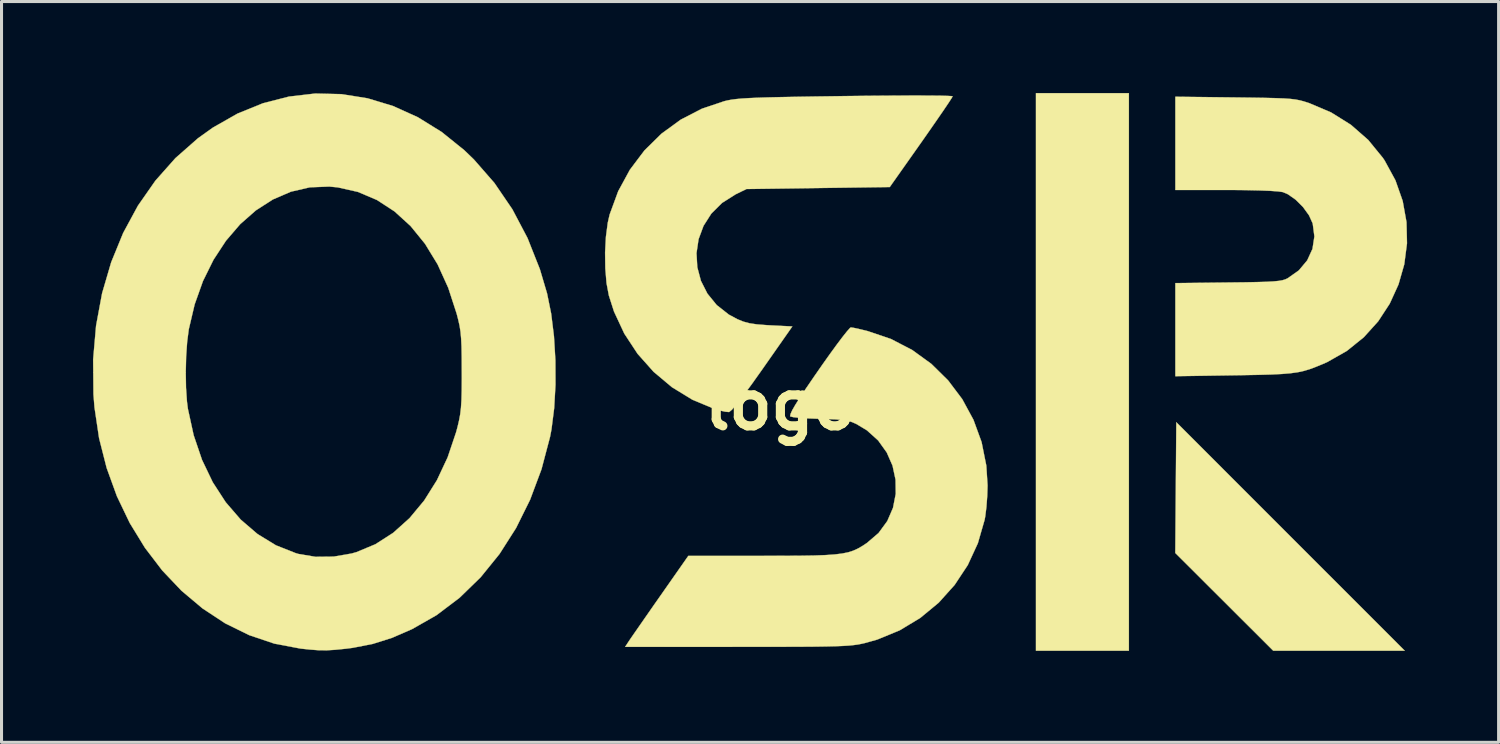
<source format=kicad_pcb>
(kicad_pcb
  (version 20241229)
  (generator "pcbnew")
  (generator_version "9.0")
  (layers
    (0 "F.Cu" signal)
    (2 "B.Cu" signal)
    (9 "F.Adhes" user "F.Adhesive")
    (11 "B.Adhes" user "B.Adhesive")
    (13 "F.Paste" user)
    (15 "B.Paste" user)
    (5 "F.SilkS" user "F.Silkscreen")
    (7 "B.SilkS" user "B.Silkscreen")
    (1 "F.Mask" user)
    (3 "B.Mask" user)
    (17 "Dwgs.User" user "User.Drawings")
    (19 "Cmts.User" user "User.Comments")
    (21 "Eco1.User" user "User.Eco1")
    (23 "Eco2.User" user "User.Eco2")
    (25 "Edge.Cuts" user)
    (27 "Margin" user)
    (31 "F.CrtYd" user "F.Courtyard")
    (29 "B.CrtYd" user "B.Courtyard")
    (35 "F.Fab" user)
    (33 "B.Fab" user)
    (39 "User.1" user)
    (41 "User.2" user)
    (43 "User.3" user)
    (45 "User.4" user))
  (footprint "logo"
    (layer "F.Cu")
    (at 22.547 10.229)
    (property "Reference" "logo" (at 0 0 0) (layer "F.SilkS") (effects (font (size 1.524 1.524) (thickness 0.3))))
    (attr through_hole)
    (fp_poly (pts (xy 11.43 8.065) (xy 8.382 8.065) (xy 8.382 -10.223) (xy 11.43 -10.223) (xy 11.43 8.065)) (stroke (width 0.01) (type solid)) (fill yes) (layer "F.SilkS"))
    (fp_poly (pts (xy 16.732 4.318) (xy 20.478 8.065) (xy 16.166 8.065) (xy 12.952 4.858) (xy 12.969 2.714) (xy 12.986 0.571) (xy 16.732 4.318)) (stroke (width 0.01) (type solid)) (fill yes) (layer "F.SilkS"))
    (fp_poly (pts (xy 14.907 -10.083) (xy 15.458 -10.076) (xy 15.9 -10.069) (xy 16.247 -10.06) (xy 16.518 -10.05) (xy 16.729 -10.035) (xy 16.896 -10.015) (xy 17.036 -9.988) (xy 17.165 -9.954) (xy 17.301 -9.911) (xy 17.346 -9.896) (xy 18.064 -9.591) (xy 18.712 -9.186) (xy 19.281 -8.688) (xy 19.759 -8.103) (xy 19.819 -8.014) (xy 20.173 -7.364) (xy 20.411 -6.687) (xy 20.536 -5.993) (xy 20.552 -5.298) (xy 20.463 -4.611) (xy 20.273 -3.948) (xy 19.986 -3.319) (xy 19.606 -2.738) (xy 19.135 -2.217) (xy 18.579 -1.769) (xy 17.941 -1.406) (xy 17.78 -1.335) (xy 17.558 -1.244) (xy 17.36 -1.17) (xy 17.169 -1.113) (xy 16.966 -1.069) (xy 16.733 -1.037) (xy 16.453 -1.013) (xy 16.107 -0.996) (xy 15.679 -0.984) (xy 15.149 -0.974) (xy 14.875 -0.97) (xy 12.954 -0.94) (xy 12.954 -3.993) (xy 14.684 -4.013) (xy 15.207 -4.019) (xy 15.619 -4.027) (xy 15.935 -4.036) (xy 16.172 -4.049) (xy 16.345 -4.066) (xy 16.471 -4.088) (xy 16.564 -4.117) (xy 16.637 -4.151) (xy 17.004 -4.41) (xy 17.279 -4.738) (xy 17.452 -5.115) (xy 17.515 -5.524) (xy 17.46 -5.946) (xy 17.459 -5.95) (xy 17.338 -6.217) (xy 17.141 -6.489) (xy 16.898 -6.731) (xy 16.642 -6.91) (xy 16.478 -6.979) (xy 16.331 -7) (xy 16.072 -7.019) (xy 15.716 -7.033) (xy 15.277 -7.043) (xy 14.771 -7.048) (xy 14.589 -7.048) (xy 12.954 -7.048) (xy 12.954 -10.106) (xy 14.907 -10.083)) (stroke (width 0.01) (type solid)) (fill yes) (layer "F.SilkS"))
    (fp_poly (pts (xy 4.929 -10.143) (xy 5.265 -10.14) (xy 5.502 -10.133) (xy 5.63 -10.125) (xy 5.649 -10.119) (xy 5.613 -10.055) (xy 5.513 -9.901) (xy 5.358 -9.671) (xy 5.157 -9.379) (xy 4.92 -9.037) (xy 4.657 -8.661) (xy 4.617 -8.604) (xy 3.587 -7.144) (xy 1.238 -7.112) (xy -1.111 -7.08) (xy -1.471 -6.904) (xy -1.916 -6.622) (xy -2.266 -6.273) (xy -2.522 -5.871) (xy -2.684 -5.434) (xy -2.752 -4.976) (xy -2.726 -4.515) (xy -2.607 -4.067) (xy -2.394 -3.648) (xy -2.089 -3.273) (xy -1.691 -2.96) (xy -1.41 -2.809) (xy -1.216 -2.73) (xy -1.016 -2.676) (xy -0.774 -2.64) (xy -0.453 -2.615) (xy -0.331 -2.608) (xy 0.391 -2.572) (xy -0.587 -1.175) (xy -0.932 -0.689) (xy -1.215 -0.304) (xy -1.435 -0.02) (xy -1.59 0.16) (xy -1.68 0.234) (xy -1.688 0.236) (xy -1.814 0.224) (xy -2.008 0.18) (xy -2.159 0.135) (xy -2.886 -0.168) (xy -3.556 -0.578) (xy -4.159 -1.084) (xy -4.684 -1.674) (xy -5.12 -2.337) (xy -5.458 -3.061) (xy -5.627 -3.588) (xy -5.703 -3.993) (xy -5.743 -4.478) (xy -5.75 -4.998) (xy -5.723 -5.512) (xy -5.662 -5.975) (xy -5.601 -6.242) (xy -5.32 -7.007) (xy -4.937 -7.711) (xy -4.461 -8.343) (xy -3.901 -8.894) (xy -3.268 -9.355) (xy -2.571 -9.715) (xy -1.841 -9.96) (xy -1.727 -9.987) (xy -1.602 -10.01) (xy -1.455 -10.029) (xy -1.275 -10.046) (xy -1.051 -10.06) (xy -0.771 -10.073) (xy -0.424 -10.084) (xy 0.001 -10.094) (xy 0.515 -10.104) (xy 1.13 -10.114) (xy 1.857 -10.124) (xy 2.143 -10.128) (xy 2.811 -10.136) (xy 3.435 -10.141) (xy 4.003 -10.144) (xy 4.504 -10.145) (xy 4.929 -10.143)) (stroke (width 0.01) (type solid)) (fill yes) (layer "F.SilkS"))
    (fp_poly (pts (xy 2.409 -2.525) (xy 2.593 -2.485) (xy 2.825 -2.429) (xy 2.863 -2.419) (xy 3.625 -2.161) (xy 4.323 -1.799) (xy 4.952 -1.343) (xy 5.501 -0.802) (xy 5.964 -0.188) (xy 6.332 0.49) (xy 6.599 1.221) (xy 6.754 1.995) (xy 6.795 2.646) (xy 6.784 2.989) (xy 6.758 3.345) (xy 6.719 3.659) (xy 6.699 3.769) (xy 6.477 4.538) (xy 6.146 5.255) (xy 5.714 5.908) (xy 5.191 6.49) (xy 4.588 6.988) (xy 3.914 7.395) (xy 3.178 7.698) (xy 2.777 7.811) (xy 2.659 7.838) (xy 2.54 7.861) (xy 2.406 7.879) (xy 2.249 7.895) (xy 2.055 7.907) (xy 1.815 7.917) (xy 1.517 7.924) (xy 1.15 7.93) (xy 0.703 7.933) (xy 0.165 7.935) (xy -0.476 7.937) (xy -1.229 7.937) (xy -1.419 7.937) (xy -5.092 7.938) (xy -4.975 7.758) (xy -4.907 7.657) (xy -4.777 7.469) (xy -4.597 7.21) (xy -4.379 6.896) (xy -4.134 6.544) (xy -3.939 6.266) (xy -3.02 4.953) (xy -0.601 4.953) (xy 0.074 4.952) (xy 0.636 4.949) (xy 1.099 4.942) (xy 1.475 4.928) (xy 1.778 4.907) (xy 2.023 4.877) (xy 2.222 4.837) (xy 2.39 4.783) (xy 2.539 4.715) (xy 2.684 4.632) (xy 2.837 4.531) (xy 3.221 4.202) (xy 3.506 3.812) (xy 3.693 3.38) (xy 3.783 2.921) (xy 3.777 2.454) (xy 3.678 1.994) (xy 3.487 1.56) (xy 3.205 1.167) (xy 2.834 0.833) (xy 2.49 0.627) (xy 2.356 0.568) (xy 2.217 0.526) (xy 2.046 0.497) (xy 1.816 0.477) (xy 1.503 0.464) (xy 1.254 0.457) (xy 0.907 0.444) (xy 0.624 0.426) (xy 0.424 0.404) (xy 0.325 0.38) (xy 0.318 0.372) (xy 0.334 0.295) (xy 0.389 0.175) (xy 0.488 0.002) (xy 0.638 -0.235) (xy 0.845 -0.547) (xy 1.115 -0.942) (xy 1.376 -1.318) (xy 1.621 -1.663) (xy 1.845 -1.971) (xy 2.037 -2.226) (xy 2.187 -2.414) (xy 2.283 -2.521) (xy 2.311 -2.54) (xy 2.409 -2.525)) (stroke (width 0.01) (type solid)) (fill yes) (layer "F.SilkS"))
    (fp_poly (pts (xy -14.397 -10.191) (xy -13.543 -10.055) (xy -12.706 -9.802) (xy -11.892 -9.434) (xy -11.112 -8.951) (xy -10.372 -8.355) (xy -10.054 -8.049) (xy -9.38 -7.277) (xy -8.792 -6.415) (xy -8.294 -5.47) (xy -7.889 -4.449) (xy -7.654 -3.656) (xy -7.519 -2.993) (xy -7.427 -2.248) (xy -7.38 -1.459) (xy -7.377 -0.661) (xy -7.42 0.106) (xy -7.509 0.807) (xy -7.555 1.048) (xy -7.836 2.112) (xy -8.21 3.112) (xy -8.67 4.04) (xy -9.213 4.891) (xy -9.832 5.655) (xy -10.523 6.327) (xy -11.281 6.9) (xy -12.082 7.356) (xy -12.74 7.642) (xy -13.374 7.842) (xy -14.036 7.971) (xy -14.256 7.999) (xy -14.602 8.034) (xy -14.88 8.051) (xy -15.139 8.049) (xy -15.43 8.027) (xy -15.741 7.994) (xy -16.599 7.832) (xy -17.425 7.553) (xy -18.212 7.166) (xy -18.953 6.678) (xy -19.644 6.097) (xy -20.276 5.431) (xy -20.844 4.687) (xy -21.342 3.874) (xy -21.762 2.998) (xy -22.099 2.069) (xy -22.347 1.094) (xy -22.498 0.08) (xy -22.532 -0.349) (xy -22.538 -1.068) (xy -19.504 -1.068) (xy -19.496 -0.561) (xy -19.465 -0.108) (xy -19.435 0.127) (xy -19.245 0.997) (xy -18.971 1.804) (xy -18.618 2.54) (xy -18.193 3.195) (xy -17.702 3.764) (xy -17.151 4.237) (xy -16.546 4.607) (xy -15.892 4.866) (xy -15.801 4.892) (xy -15.248 4.984) (xy -14.655 4.978) (xy -14.064 4.876) (xy -13.906 4.831) (xy -13.282 4.571) (xy -12.699 4.196) (xy -12.164 3.716) (xy -11.684 3.138) (xy -11.265 2.47) (xy -10.914 1.721) (xy -10.637 0.899) (xy -10.589 0.72) (xy -10.539 0.507) (xy -10.502 0.307) (xy -10.477 0.093) (xy -10.461 -0.158) (xy -10.453 -0.474) (xy -10.45 -0.878) (xy -10.451 -1.111) (xy -10.453 -1.559) (xy -10.459 -1.906) (xy -10.472 -2.177) (xy -10.492 -2.398) (xy -10.523 -2.596) (xy -10.568 -2.795) (xy -10.618 -2.989) (xy -10.895 -3.84) (xy -11.243 -4.606) (xy -11.656 -5.282) (xy -12.128 -5.863) (xy -12.656 -6.344) (xy -13.233 -6.719) (xy -13.855 -6.984) (xy -14.516 -7.133) (xy -14.796 -7.16) (xy -15.435 -7.135) (xy -16.054 -6.992) (xy -16.647 -6.737) (xy -17.204 -6.379) (xy -17.72 -5.925) (xy -18.186 -5.382) (xy -18.595 -4.758) (xy -18.94 -4.06) (xy -19.212 -3.297) (xy -19.405 -2.479) (xy -19.458 -2.071) (xy -19.492 -1.586) (xy -19.504 -1.068) (xy -22.538 -1.068) (xy -22.542 -1.489) (xy -22.446 -2.596) (xy -22.248 -3.662) (xy -21.95 -4.678) (xy -21.557 -5.638) (xy -21.073 -6.532) (xy -20.5 -7.353) (xy -19.843 -8.093) (xy -19.105 -8.743) (xy -18.614 -9.094) (xy -17.805 -9.554) (xy -16.97 -9.893) (xy -16.119 -10.111) (xy -15.258 -10.211) (xy -14.397 -10.191)) (stroke (width 0.01) (type solid)) (fill yes) (layer "F.SilkS")))
  (gr_rect
    (start -3 -3)
    (end 46.104 21.298)
    (stroke (width 0.1) (type default))
    (fill no)
    (layer "Edge.Cuts")))
</source>
